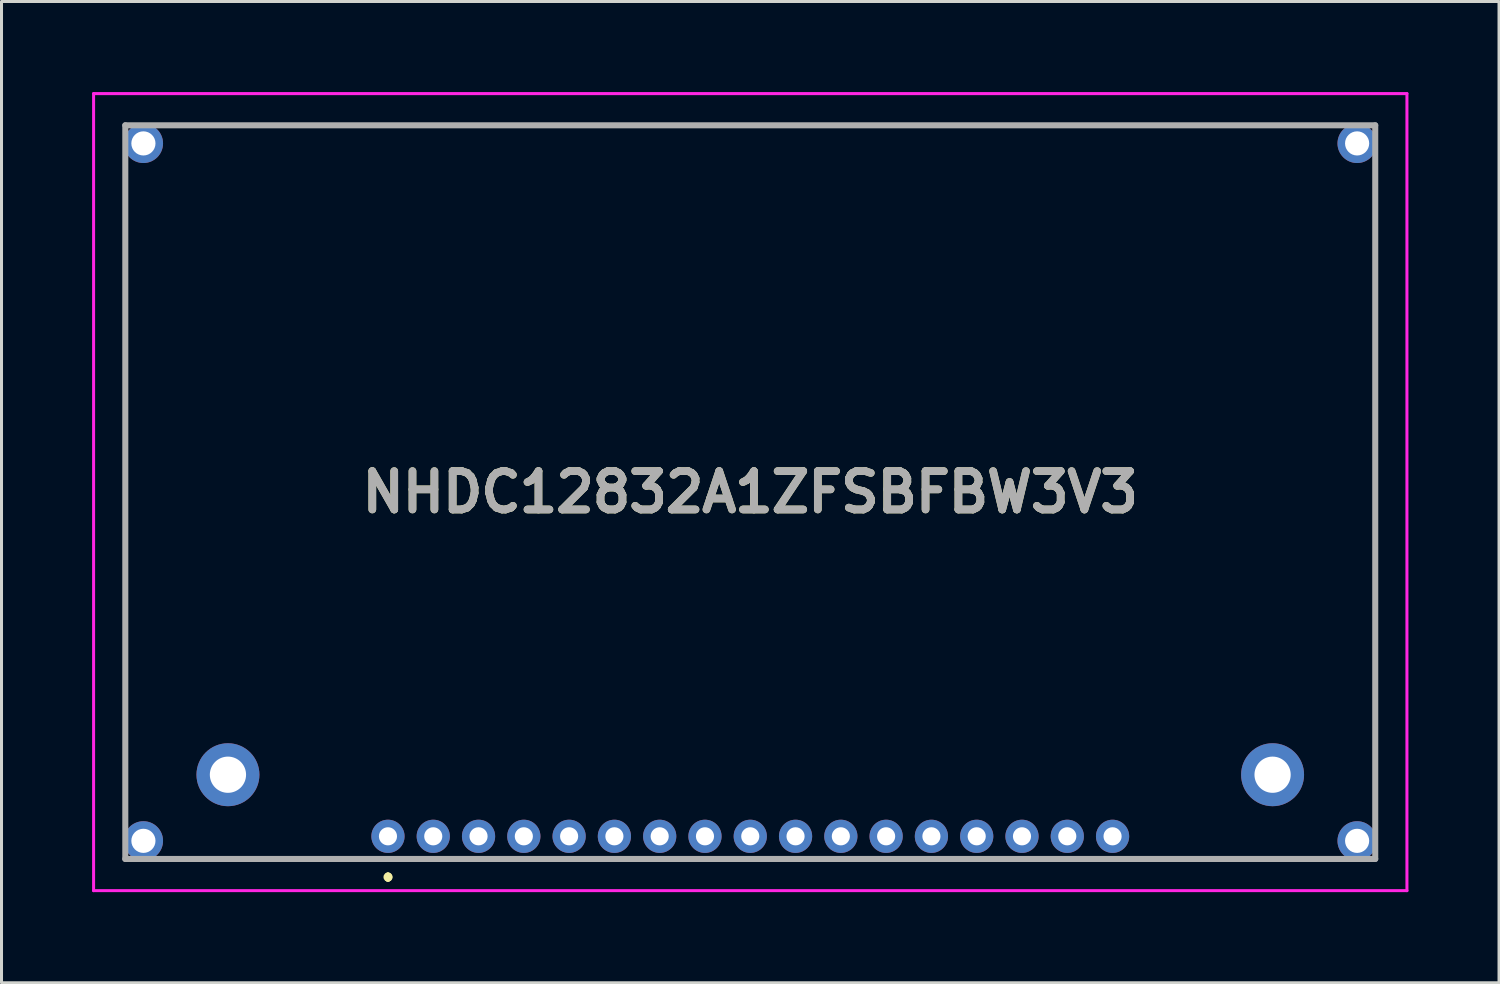
<source format=kicad_pcb>
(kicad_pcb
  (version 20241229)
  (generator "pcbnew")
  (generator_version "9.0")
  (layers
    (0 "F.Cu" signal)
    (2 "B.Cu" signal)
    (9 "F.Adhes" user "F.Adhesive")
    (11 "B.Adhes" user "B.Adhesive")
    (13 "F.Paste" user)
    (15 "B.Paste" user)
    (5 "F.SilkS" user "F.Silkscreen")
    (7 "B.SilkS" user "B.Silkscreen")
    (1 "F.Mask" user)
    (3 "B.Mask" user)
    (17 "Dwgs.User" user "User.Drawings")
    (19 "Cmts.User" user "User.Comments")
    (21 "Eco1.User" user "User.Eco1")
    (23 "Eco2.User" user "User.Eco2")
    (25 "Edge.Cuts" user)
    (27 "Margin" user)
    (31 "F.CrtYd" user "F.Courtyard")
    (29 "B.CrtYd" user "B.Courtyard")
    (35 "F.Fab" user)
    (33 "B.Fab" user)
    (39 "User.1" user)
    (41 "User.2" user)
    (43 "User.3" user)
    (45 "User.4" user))
  (footprint "NHDC12832A1ZFSBFBW3V3"
    (layer "F.Cu")
    (at 9.7 24.65)
    (property "Reference" "NHDC12832A1ZFSBFBW3V3" (at 12.1 -11.4 0) (layer "F.SilkS") (effects (font (size 1.27 1.27) (thickness 0.254))))
    (attr through_hole)
    (fp_line (start -8.6 -22.04) (end -8.6 -22.04) (stroke (width 0.1) (type solid)) (layer "F.SilkS"))
    (fp_line (start -8.6 -22.04) (end -8.6 -0.79) (stroke (width 0.1) (type solid)) (layer "F.SilkS"))
    (fp_line (start -8.6 -0.79) (end -8.6 -22.04) (stroke (width 0.1) (type solid)) (layer "F.SilkS"))
    (fp_line (start -8.6 -0.79) (end -8.6 -0.79) (stroke (width 0.1) (type solid)) (layer "F.SilkS"))
    (fp_line (start -6.95 -23.54) (end -6.95 -23.54) (stroke (width 0.1) (type solid)) (layer "F.SilkS"))
    (fp_line (start -6.95 -23.54) (end 31.3 -23.54) (stroke (width 0.1) (type solid)) (layer "F.SilkS"))
    (fp_line (start -6.9 0.75) (end -6.9 0.75) (stroke (width 0.1) (type solid)) (layer "F.SilkS"))
    (fp_line (start -6.9 0.75) (end -0.9 0.75) (stroke (width 0.1) (type solid)) (layer "F.SilkS"))
    (fp_line (start -0.9 0.75) (end -6.9 0.75) (stroke (width 0.1) (type solid)) (layer "F.SilkS"))
    (fp_line (start -0.9 0.75) (end -0.9 0.75) (stroke (width 0.1) (type solid)) (layer "F.SilkS"))
    (fp_line (start 0.1 1.3) (end 0.1 1.3) (stroke (width 0.2) (type solid)) (layer "F.SilkS"))
    (fp_line (start 0.1 1.4) (end 0.1 1.4) (stroke (width 0.2) (type solid)) (layer "F.SilkS"))
    (fp_line (start 0.1 1.4) (end 0.1 1.4) (stroke (width 0.2) (type solid)) (layer "F.SilkS"))
    (fp_line (start 25.05 0.75) (end 25.05 0.75) (stroke (width 0.1) (type solid)) (layer "F.SilkS"))
    (fp_line (start 25.05 0.75) (end 31.05 0.75) (stroke (width 0.1) (type solid)) (layer "F.SilkS"))
    (fp_line (start 31.05 0.75) (end 25.05 0.75) (stroke (width 0.1) (type solid)) (layer "F.SilkS"))
    (fp_line (start 31.05 0.75) (end 31.05 0.75) (stroke (width 0.1) (type solid)) (layer "F.SilkS"))
    (fp_line (start 31.3 -23.54) (end -6.95 -23.54) (stroke (width 0.1) (type solid)) (layer "F.SilkS"))
    (fp_line (start 31.3 -23.54) (end 31.3 -23.54) (stroke (width 0.1) (type solid)) (layer "F.SilkS"))
    (fp_line (start 32.8 -22.04) (end 32.8 -22.04) (stroke (width 0.1) (type solid)) (layer "F.SilkS"))
    (fp_line (start 32.8 -22.04) (end 32.8 -0.79) (stroke (width 0.1) (type solid)) (layer "F.SilkS"))
    (fp_line (start 32.8 -0.79) (end 32.8 -22.04) (stroke (width 0.1) (type solid)) (layer "F.SilkS"))
    (fp_line (start 32.8 -0.79) (end 32.8 -0.79) (stroke (width 0.1) (type solid)) (layer "F.SilkS"))
    (fp_arc (start 0.1 1.3) (mid 0.15 1.35) (end 0.1 1.4) (stroke (width 0.2) (type solid)) (layer "F.SilkS"))
    (fp_arc (start 0.1 1.3) (mid 0.15 1.35) (end 0.1 1.4) (stroke (width 0.2) (type solid)) (layer "F.SilkS"))
    (fp_arc (start 0.1 1.4) (mid 0.05 1.35) (end 0.1 1.3) (stroke (width 0.2) (type solid)) (layer "F.SilkS"))
    (fp_line (start -9.65 -24.6) (end 33.85 -24.6) (stroke (width 0.1) (type solid)) (layer "F.CrtYd"))
    (fp_line (start -9.65 1.8) (end -9.65 -24.6) (stroke (width 0.1) (type solid)) (layer "F.CrtYd"))
    (fp_line (start 33.85 -24.6) (end 33.85 1.8) (stroke (width 0.1) (type solid)) (layer "F.CrtYd"))
    (fp_line (start 33.85 1.8) (end -9.65 1.8) (stroke (width 0.1) (type solid)) (layer "F.CrtYd"))
    (fp_line (start -8.6 -23.55) (end -8.6 0.75) (stroke (width 0.2) (type solid)) (layer "F.Fab"))
    (fp_line (start -8.6 0.75) (end 32.8 0.75) (stroke (width 0.2) (type solid)) (layer "F.Fab"))
    (fp_line (start 32.8 -23.55) (end -8.6 -23.55) (stroke (width 0.2) (type solid)) (layer "F.Fab"))
    (fp_line (start 32.8 0.75) (end 32.8 -23.55) (stroke (width 0.2) (type solid)) (layer "F.Fab"))
    (fp_text user "${REFERENCE}" (at 12.1 -11.4 0) (layer "F.Fab") (effects (font (size 1.27 1.27) (thickness 0.254))))
    (pad "1" thru_hole circle (at 0.1 0) (size 1.1 1.1) (drill 0.6) (layers "*.Cu" "*.Mask"))
    (pad "2" thru_hole circle (at 1.6 0) (size 1.1 1.1) (drill 0.6) (layers "*.Cu" "*.Mask"))
    (pad "3" thru_hole circle (at 3.1 0) (size 1.1 1.1) (drill 0.6) (layers "*.Cu" "*.Mask"))
    (pad "4" thru_hole circle (at 4.6 0) (size 1.1 1.1) (drill 0.6) (layers "*.Cu" "*.Mask"))
    (pad "5" thru_hole circle (at 6.1 0) (size 1.1 1.1) (drill 0.6) (layers "*.Cu" "*.Mask"))
    (pad "6" thru_hole circle (at 7.6 0) (size 1.1 1.1) (drill 0.6) (layers "*.Cu" "*.Mask"))
    (pad "7" thru_hole circle (at 9.1 0) (size 1.1 1.1) (drill 0.6) (layers "*.Cu" "*.Mask"))
    (pad "8" thru_hole circle (at 10.6 0) (size 1.1 1.1) (drill 0.6) (layers "*.Cu" "*.Mask"))
    (pad "9" thru_hole circle (at 12.1 0) (size 1.1 1.1) (drill 0.6) (layers "*.Cu" "*.Mask"))
    (pad "10" thru_hole circle (at 13.6 0) (size 1.1 1.1) (drill 0.6) (layers "*.Cu" "*.Mask"))
    (pad "11" thru_hole circle (at 15.1 0) (size 1.1 1.1) (drill 0.6) (layers "*.Cu" "*.Mask"))
    (pad "12" thru_hole circle (at 16.6 0) (size 1.1 1.1) (drill 0.6) (layers "*.Cu" "*.Mask"))
    (pad "13" thru_hole circle (at 18.1 0) (size 1.1 1.1) (drill 0.6) (layers "*.Cu" "*.Mask"))
    (pad "14" thru_hole circle (at 19.6 0) (size 1.1 1.1) (drill 0.6) (layers "*.Cu" "*.Mask"))
    (pad "15" thru_hole circle (at 21.1 0) (size 1.1 1.1) (drill 0.6) (layers "*.Cu" "*.Mask"))
    (pad "16" thru_hole circle (at 22.6 0) (size 1.1 1.1) (drill 0.6) (layers "*.Cu" "*.Mask"))
    (pad "17" thru_hole circle (at 24.1 0) (size 1.1 1.1) (drill 0.6) (layers "*.Cu" "*.Mask"))
    (pad "A1" thru_hole circle (at -5.2 -2.04) (size 2.085 2.085) (drill 1.2) (layers "*.Cu" "*.Mask"))
    (pad "K1" thru_hole circle (at 29.4 -2.04) (size 2.085 2.085) (drill 1.2) (layers "*.Cu" "*.Mask"))
    (pad "MH1" thru_hole circle (at -8 0.15) (size 1.3 1.3) (drill 0.8) (layers "*.Cu" "*.Mask"))
    (pad "MH2" thru_hole circle (at 32.2 0.15) (size 1.3 1.3) (drill 0.8) (layers "*.Cu" "*.Mask"))
    (pad "MH3" thru_hole circle (at 32.2 -22.95) (size 1.3 1.3) (drill 0.8) (layers "*.Cu" "*.Mask"))
    (pad "MH4" thru_hole circle (at -8 -22.95) (size 1.3 1.3) (drill 0.8) (layers "*.Cu" "*.Mask")))
  (gr_rect
    (start -3 -3)
    (end 46.6 29.5)
    (stroke (width 0.1) (type default))
    (fill no)
    (layer "Edge.Cuts")))
</source>
